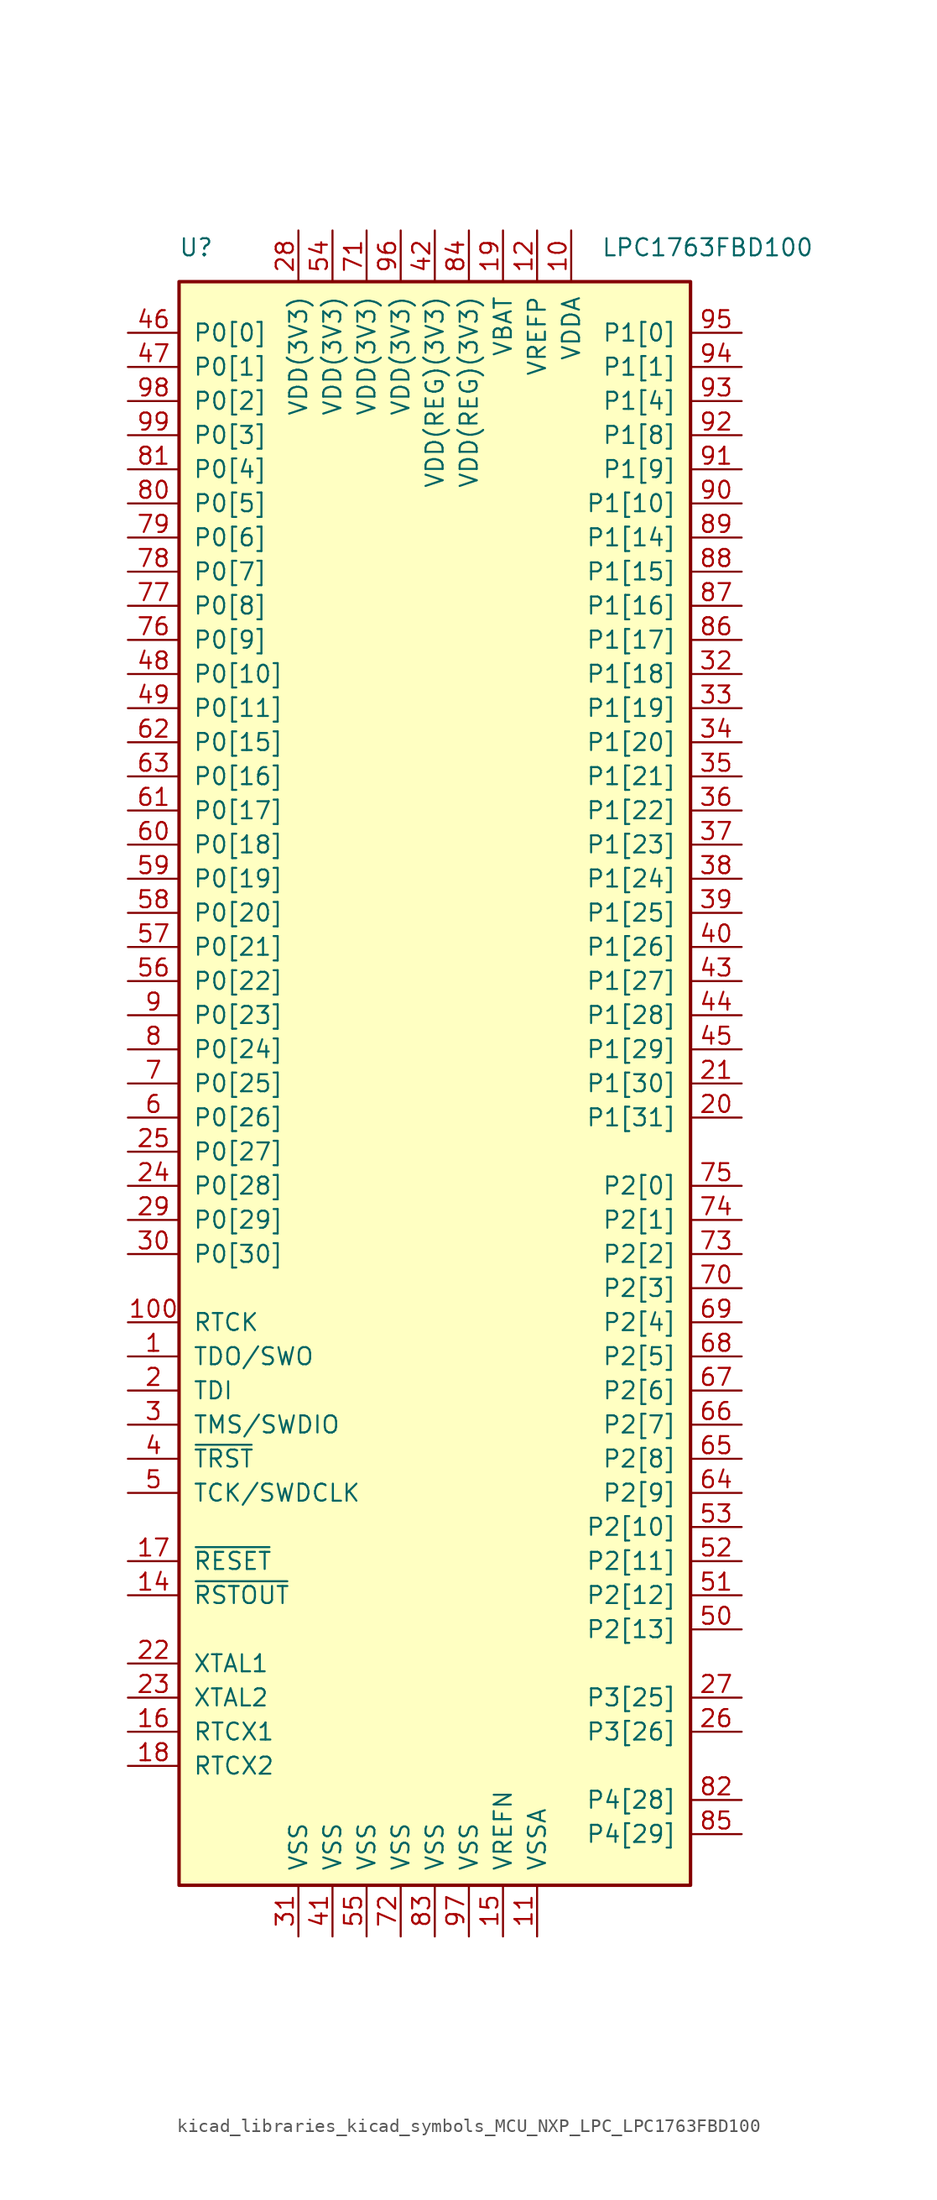
<source format=kicad_sym>
(kicad_symbol_lib
  (version 20220914)
  (generator kicad_symbol_editor)
  (symbol "kicad_libraries_kicad_symbols_MCU_NXP_LPC_LPC1763FBD100"
    (pin_names
      (offset 1.016))
    (property "Reference" "U"
      (at -17.78 62.23 0)
      (effects (font (size 1.27 1.27))))
    (property "Value" "LPC1763FBD100"
      (at 20.32 62.23 0)
      (effects (font (size 1.27 1.27))))
    (symbol "kicad_libraries_kicad_symbols_MCU_NXP_LPC_LPC1763FBD100_0_1"
      (rectangle (start -19.05 59.69) (end 19.05 -59.69) (stroke (width 0.254) (type default)) (fill (type background))))
    (symbol "kicad_libraries_kicad_symbols_MCU_NXP_LPC_LPC1763FBD100_1_1"
      (pin output line (at -22.86 -20.32 0) (length 3.81) (name "TDO/SWO" (effects (font (size 1.27 1.27)))) (number "1" (effects (font (size 1.27 1.27)))))
      (pin power_in line (at 10.16 63.5 270) (length 3.81) (name "VDDA" (effects (font (size 1.27 1.27)))) (number "10" (effects (font (size 1.27 1.27)))))
      (pin output line (at -22.86 -17.78 0) (length 3.81) (name "RTCK" (effects (font (size 1.27 1.27)))) (number "100" (effects (font (size 1.27 1.27)))))
      (pin power_in line (at 7.62 -63.5 90) (length 3.81) (name "VSSA" (effects (font (size 1.27 1.27)))) (number "11" (effects (font (size 1.27 1.27)))))
      (pin power_in line (at 7.62 63.5 270) (length 3.81) (name "VREFP" (effects (font (size 1.27 1.27)))) (number "12" (effects (font (size 1.27 1.27)))))
      (pin no_connect line (at -19.05 -55.88 0) (length 3.81) hide (name "NC" (effects (font (size 1.27 1.27)))) (number "13" (effects (font (size 1.27 1.27)))))
      (pin output line (at -22.86 -38.1 0) (length 3.81) (name "~{RSTOUT}" (effects (font (size 1.27 1.27)))) (number "14" (effects (font (size 1.27 1.27)))))
      (pin power_in line (at 5.08 -63.5 90) (length 3.81) (name "VREFN" (effects (font (size 1.27 1.27)))) (number "15" (effects (font (size 1.27 1.27)))))
      (pin input line (at -22.86 -48.26 0) (length 3.81) (name "RTCX1" (effects (font (size 1.27 1.27)))) (number "16" (effects (font (size 1.27 1.27)))))
      (pin input line (at -22.86 -35.56 0) (length 3.81) (name "~{RESET}" (effects (font (size 1.27 1.27)))) (number "17" (effects (font (size 1.27 1.27)))))
      (pin output line (at -22.86 -50.8 0) (length 3.81) (name "RTCX2" (effects (font (size 1.27 1.27)))) (number "18" (effects (font (size 1.27 1.27)))))
      (pin power_in line (at 5.08 63.5 270) (length 3.81) (name "VBAT" (effects (font (size 1.27 1.27)))) (number "19" (effects (font (size 1.27 1.27)))))
      (pin input line (at -22.86 -22.86 0) (length 3.81) (name "TDI" (effects (font (size 1.27 1.27)))) (number "2" (effects (font (size 1.27 1.27)))))
      (pin bidirectional line (at 22.86 -2.54 180) (length 3.81) (name "P1[31]" (effects (font (size 1.27 1.27)))) (number "20" (effects (font (size 1.27 1.27)))))
      (pin bidirectional line (at 22.86 0 180) (length 3.81) (name "P1[30]" (effects (font (size 1.27 1.27)))) (number "21" (effects (font (size 1.27 1.27)))))
      (pin input line (at -22.86 -43.18 0) (length 3.81) (name "XTAL1" (effects (font (size 1.27 1.27)))) (number "22" (effects (font (size 1.27 1.27)))))
      (pin output line (at -22.86 -45.72 0) (length 3.81) (name "XTAL2" (effects (font (size 1.27 1.27)))) (number "23" (effects (font (size 1.27 1.27)))))
      (pin bidirectional line (at -22.86 -7.62 0) (length 3.81) (name "P0[28]" (effects (font (size 1.27 1.27)))) (number "24" (effects (font (size 1.27 1.27)))))
      (pin bidirectional line (at -22.86 -5.08 0) (length 3.81) (name "P0[27]" (effects (font (size 1.27 1.27)))) (number "25" (effects (font (size 1.27 1.27)))))
      (pin bidirectional line (at 22.86 -48.26 180) (length 3.81) (name "P3[26]" (effects (font (size 1.27 1.27)))) (number "26" (effects (font (size 1.27 1.27)))))
      (pin bidirectional line (at 22.86 -45.72 180) (length 3.81) (name "P3[25]" (effects (font (size 1.27 1.27)))) (number "27" (effects (font (size 1.27 1.27)))))
      (pin power_in line (at -10.16 63.5 270) (length 3.81) (name "VDD(3V3)" (effects (font (size 1.27 1.27)))) (number "28" (effects (font (size 1.27 1.27)))))
      (pin bidirectional line (at -22.86 -10.16 0) (length 3.81) (name "P0[29]" (effects (font (size 1.27 1.27)))) (number "29" (effects (font (size 1.27 1.27)))))
      (pin bidirectional line (at -22.86 -25.4 0) (length 3.81) (name "TMS/SWDIO" (effects (font (size 1.27 1.27)))) (number "3" (effects (font (size 1.27 1.27)))))
      (pin bidirectional line (at -22.86 -12.7 0) (length 3.81) (name "P0[30]" (effects (font (size 1.27 1.27)))) (number "30" (effects (font (size 1.27 1.27)))))
      (pin power_in line (at -10.16 -63.5 90) (length 3.81) (name "VSS" (effects (font (size 1.27 1.27)))) (number "31" (effects (font (size 1.27 1.27)))))
      (pin bidirectional line (at 22.86 30.48 180) (length 3.81) (name "P1[18]" (effects (font (size 1.27 1.27)))) (number "32" (effects (font (size 1.27 1.27)))))
      (pin bidirectional line (at 22.86 27.94 180) (length 3.81) (name "P1[19]" (effects (font (size 1.27 1.27)))) (number "33" (effects (font (size 1.27 1.27)))))
      (pin bidirectional line (at 22.86 25.4 180) (length 3.81) (name "P1[20]" (effects (font (size 1.27 1.27)))) (number "34" (effects (font (size 1.27 1.27)))))
      (pin bidirectional line (at 22.86 22.86 180) (length 3.81) (name "P1[21]" (effects (font (size 1.27 1.27)))) (number "35" (effects (font (size 1.27 1.27)))))
      (pin bidirectional line (at 22.86 20.32 180) (length 3.81) (name "P1[22]" (effects (font (size 1.27 1.27)))) (number "36" (effects (font (size 1.27 1.27)))))
      (pin bidirectional line (at 22.86 17.78 180) (length 3.81) (name "P1[23]" (effects (font (size 1.27 1.27)))) (number "37" (effects (font (size 1.27 1.27)))))
      (pin bidirectional line (at 22.86 15.24 180) (length 3.81) (name "P1[24]" (effects (font (size 1.27 1.27)))) (number "38" (effects (font (size 1.27 1.27)))))
      (pin bidirectional line (at 22.86 12.7 180) (length 3.81) (name "P1[25]" (effects (font (size 1.27 1.27)))) (number "39" (effects (font (size 1.27 1.27)))))
      (pin input line (at -22.86 -27.94 0) (length 3.81) (name "~{TRST}" (effects (font (size 1.27 1.27)))) (number "4" (effects (font (size 1.27 1.27)))))
      (pin bidirectional line (at 22.86 10.16 180) (length 3.81) (name "P1[26]" (effects (font (size 1.27 1.27)))) (number "40" (effects (font (size 1.27 1.27)))))
      (pin power_in line (at -7.62 -63.5 90) (length 3.81) (name "VSS" (effects (font (size 1.27 1.27)))) (number "41" (effects (font (size 1.27 1.27)))))
      (pin power_in line (at 0 63.5 270) (length 3.81) (name "VDD(REG)(3V3)" (effects (font (size 1.27 1.27)))) (number "42" (effects (font (size 1.27 1.27)))))
      (pin bidirectional line (at 22.86 7.62 180) (length 3.81) (name "P1[27]" (effects (font (size 1.27 1.27)))) (number "43" (effects (font (size 1.27 1.27)))))
      (pin bidirectional line (at 22.86 5.08 180) (length 3.81) (name "P1[28]" (effects (font (size 1.27 1.27)))) (number "44" (effects (font (size 1.27 1.27)))))
      (pin bidirectional line (at 22.86 2.54 180) (length 3.81) (name "P1[29]" (effects (font (size 1.27 1.27)))) (number "45" (effects (font (size 1.27 1.27)))))
      (pin bidirectional line (at -22.86 55.88 0) (length 3.81) (name "P0[0]" (effects (font (size 1.27 1.27)))) (number "46" (effects (font (size 1.27 1.27)))))
      (pin bidirectional line (at -22.86 53.34 0) (length 3.81) (name "P0[1]" (effects (font (size 1.27 1.27)))) (number "47" (effects (font (size 1.27 1.27)))))
      (pin bidirectional line (at -22.86 30.48 0) (length 3.81) (name "P0[10]" (effects (font (size 1.27 1.27)))) (number "48" (effects (font (size 1.27 1.27)))))
      (pin bidirectional line (at -22.86 27.94 0) (length 3.81) (name "P0[11]" (effects (font (size 1.27 1.27)))) (number "49" (effects (font (size 1.27 1.27)))))
      (pin input line (at -22.86 -30.48 0) (length 3.81) (name "TCK/SWDCLK" (effects (font (size 1.27 1.27)))) (number "5" (effects (font (size 1.27 1.27)))))
      (pin bidirectional line (at 22.86 -40.64 180) (length 3.81) (name "P2[13]" (effects (font (size 1.27 1.27)))) (number "50" (effects (font (size 1.27 1.27)))))
      (pin bidirectional line (at 22.86 -38.1 180) (length 3.81) (name "P2[12]" (effects (font (size 1.27 1.27)))) (number "51" (effects (font (size 1.27 1.27)))))
      (pin bidirectional line (at 22.86 -35.56 180) (length 3.81) (name "P2[11]" (effects (font (size 1.27 1.27)))) (number "52" (effects (font (size 1.27 1.27)))))
      (pin bidirectional line (at 22.86 -33.02 180) (length 3.81) (name "P2[10]" (effects (font (size 1.27 1.27)))) (number "53" (effects (font (size 1.27 1.27)))))
      (pin power_in line (at -7.62 63.5 270) (length 3.81) (name "VDD(3V3)" (effects (font (size 1.27 1.27)))) (number "54" (effects (font (size 1.27 1.27)))))
      (pin power_in line (at -5.08 -63.5 90) (length 3.81) (name "VSS" (effects (font (size 1.27 1.27)))) (number "55" (effects (font (size 1.27 1.27)))))
      (pin bidirectional line (at -22.86 7.62 0) (length 3.81) (name "P0[22]" (effects (font (size 1.27 1.27)))) (number "56" (effects (font (size 1.27 1.27)))))
      (pin bidirectional line (at -22.86 10.16 0) (length 3.81) (name "P0[21]" (effects (font (size 1.27 1.27)))) (number "57" (effects (font (size 1.27 1.27)))))
      (pin bidirectional line (at -22.86 12.7 0) (length 3.81) (name "P0[20]" (effects (font (size 1.27 1.27)))) (number "58" (effects (font (size 1.27 1.27)))))
      (pin bidirectional line (at -22.86 15.24 0) (length 3.81) (name "P0[19]" (effects (font (size 1.27 1.27)))) (number "59" (effects (font (size 1.27 1.27)))))
      (pin bidirectional line (at -22.86 -2.54 0) (length 3.81) (name "P0[26]" (effects (font (size 1.27 1.27)))) (number "6" (effects (font (size 1.27 1.27)))))
      (pin bidirectional line (at -22.86 17.78 0) (length 3.81) (name "P0[18]" (effects (font (size 1.27 1.27)))) (number "60" (effects (font (size 1.27 1.27)))))
      (pin bidirectional line (at -22.86 20.32 0) (length 3.81) (name "P0[17]" (effects (font (size 1.27 1.27)))) (number "61" (effects (font (size 1.27 1.27)))))
      (pin bidirectional line (at -22.86 25.4 0) (length 3.81) (name "P0[15]" (effects (font (size 1.27 1.27)))) (number "62" (effects (font (size 1.27 1.27)))))
      (pin bidirectional line (at -22.86 22.86 0) (length 3.81) (name "P0[16]" (effects (font (size 1.27 1.27)))) (number "63" (effects (font (size 1.27 1.27)))))
      (pin bidirectional line (at 22.86 -30.48 180) (length 3.81) (name "P2[9]" (effects (font (size 1.27 1.27)))) (number "64" (effects (font (size 1.27 1.27)))))
      (pin bidirectional line (at 22.86 -27.94 180) (length 3.81) (name "P2[8]" (effects (font (size 1.27 1.27)))) (number "65" (effects (font (size 1.27 1.27)))))
      (pin bidirectional line (at 22.86 -25.4 180) (length 3.81) (name "P2[7]" (effects (font (size 1.27 1.27)))) (number "66" (effects (font (size 1.27 1.27)))))
      (pin bidirectional line (at 22.86 -22.86 180) (length 3.81) (name "P2[6]" (effects (font (size 1.27 1.27)))) (number "67" (effects (font (size 1.27 1.27)))))
      (pin bidirectional line (at 22.86 -20.32 180) (length 3.81) (name "P2[5]" (effects (font (size 1.27 1.27)))) (number "68" (effects (font (size 1.27 1.27)))))
      (pin bidirectional line (at 22.86 -17.78 180) (length 3.81) (name "P2[4]" (effects (font (size 1.27 1.27)))) (number "69" (effects (font (size 1.27 1.27)))))
      (pin bidirectional line (at -22.86 0 0) (length 3.81) (name "P0[25]" (effects (font (size 1.27 1.27)))) (number "7" (effects (font (size 1.27 1.27)))))
      (pin bidirectional line (at 22.86 -15.24 180) (length 3.81) (name "P2[3]" (effects (font (size 1.27 1.27)))) (number "70" (effects (font (size 1.27 1.27)))))
      (pin power_in line (at -5.08 63.5 270) (length 3.81) (name "VDD(3V3)" (effects (font (size 1.27 1.27)))) (number "71" (effects (font (size 1.27 1.27)))))
      (pin power_in line (at -2.54 -63.5 90) (length 3.81) (name "VSS" (effects (font (size 1.27 1.27)))) (number "72" (effects (font (size 1.27 1.27)))))
      (pin bidirectional line (at 22.86 -12.7 180) (length 3.81) (name "P2[2]" (effects (font (size 1.27 1.27)))) (number "73" (effects (font (size 1.27 1.27)))))
      (pin bidirectional line (at 22.86 -10.16 180) (length 3.81) (name "P2[1]" (effects (font (size 1.27 1.27)))) (number "74" (effects (font (size 1.27 1.27)))))
      (pin bidirectional line (at 22.86 -7.62 180) (length 3.81) (name "P2[0]" (effects (font (size 1.27 1.27)))) (number "75" (effects (font (size 1.27 1.27)))))
      (pin bidirectional line (at -22.86 33.02 0) (length 3.81) (name "P0[9]" (effects (font (size 1.27 1.27)))) (number "76" (effects (font (size 1.27 1.27)))))
      (pin bidirectional line (at -22.86 35.56 0) (length 3.81) (name "P0[8]" (effects (font (size 1.27 1.27)))) (number "77" (effects (font (size 1.27 1.27)))))
      (pin bidirectional line (at -22.86 38.1 0) (length 3.81) (name "P0[7]" (effects (font (size 1.27 1.27)))) (number "78" (effects (font (size 1.27 1.27)))))
      (pin bidirectional line (at -22.86 40.64 0) (length 3.81) (name "P0[6]" (effects (font (size 1.27 1.27)))) (number "79" (effects (font (size 1.27 1.27)))))
      (pin bidirectional line (at -22.86 2.54 0) (length 3.81) (name "P0[24]" (effects (font (size 1.27 1.27)))) (number "8" (effects (font (size 1.27 1.27)))))
      (pin bidirectional line (at -22.86 43.18 0) (length 3.81) (name "P0[5]" (effects (font (size 1.27 1.27)))) (number "80" (effects (font (size 1.27 1.27)))))
      (pin bidirectional line (at -22.86 45.72 0) (length 3.81) (name "P0[4]" (effects (font (size 1.27 1.27)))) (number "81" (effects (font (size 1.27 1.27)))))
      (pin bidirectional line (at 22.86 -53.34 180) (length 3.81) (name "P4[28]" (effects (font (size 1.27 1.27)))) (number "82" (effects (font (size 1.27 1.27)))))
      (pin power_in line (at 0 -63.5 90) (length 3.81) (name "VSS" (effects (font (size 1.27 1.27)))) (number "83" (effects (font (size 1.27 1.27)))))
      (pin power_in line (at 2.54 63.5 270) (length 3.81) (name "VDD(REG)(3V3)" (effects (font (size 1.27 1.27)))) (number "84" (effects (font (size 1.27 1.27)))))
      (pin bidirectional line (at 22.86 -55.88 180) (length 3.81) (name "P4[29]" (effects (font (size 1.27 1.27)))) (number "85" (effects (font (size 1.27 1.27)))))
      (pin bidirectional line (at 22.86 33.02 180) (length 3.81) (name "P1[17]" (effects (font (size 1.27 1.27)))) (number "86" (effects (font (size 1.27 1.27)))))
      (pin bidirectional line (at 22.86 35.56 180) (length 3.81) (name "P1[16]" (effects (font (size 1.27 1.27)))) (number "87" (effects (font (size 1.27 1.27)))))
      (pin bidirectional line (at 22.86 38.1 180) (length 3.81) (name "P1[15]" (effects (font (size 1.27 1.27)))) (number "88" (effects (font (size 1.27 1.27)))))
      (pin bidirectional line (at 22.86 40.64 180) (length 3.81) (name "P1[14]" (effects (font (size 1.27 1.27)))) (number "89" (effects (font (size 1.27 1.27)))))
      (pin bidirectional line (at -22.86 5.08 0) (length 3.81) (name "P0[23]" (effects (font (size 1.27 1.27)))) (number "9" (effects (font (size 1.27 1.27)))))
      (pin bidirectional line (at 22.86 43.18 180) (length 3.81) (name "P1[10]" (effects (font (size 1.27 1.27)))) (number "90" (effects (font (size 1.27 1.27)))))
      (pin bidirectional line (at 22.86 45.72 180) (length 3.81) (name "P1[9]" (effects (font (size 1.27 1.27)))) (number "91" (effects (font (size 1.27 1.27)))))
      (pin bidirectional line (at 22.86 48.26 180) (length 3.81) (name "P1[8]" (effects (font (size 1.27 1.27)))) (number "92" (effects (font (size 1.27 1.27)))))
      (pin bidirectional line (at 22.86 50.8 180) (length 3.81) (name "P1[4]" (effects (font (size 1.27 1.27)))) (number "93" (effects (font (size 1.27 1.27)))))
      (pin bidirectional line (at 22.86 53.34 180) (length 3.81) (name "P1[1]" (effects (font (size 1.27 1.27)))) (number "94" (effects (font (size 1.27 1.27)))))
      (pin bidirectional line (at 22.86 55.88 180) (length 3.81) (name "P1[0]" (effects (font (size 1.27 1.27)))) (number "95" (effects (font (size 1.27 1.27)))))
      (pin power_in line (at -2.54 63.5 270) (length 3.81) (name "VDD(3V3)" (effects (font (size 1.27 1.27)))) (number "96" (effects (font (size 1.27 1.27)))))
      (pin power_in line (at 2.54 -63.5 90) (length 3.81) (name "VSS" (effects (font (size 1.27 1.27)))) (number "97" (effects (font (size 1.27 1.27)))))
      (pin bidirectional line (at -22.86 50.8 0) (length 3.81) (name "P0[2]" (effects (font (size 1.27 1.27)))) (number "98" (effects (font (size 1.27 1.27)))))
      (pin bidirectional line (at -22.86 48.26 0) (length 3.81) (name "P0[3]" (effects (font (size 1.27 1.27)))) (number "99" (effects (font (size 1.27 1.27))))))))
</source>
